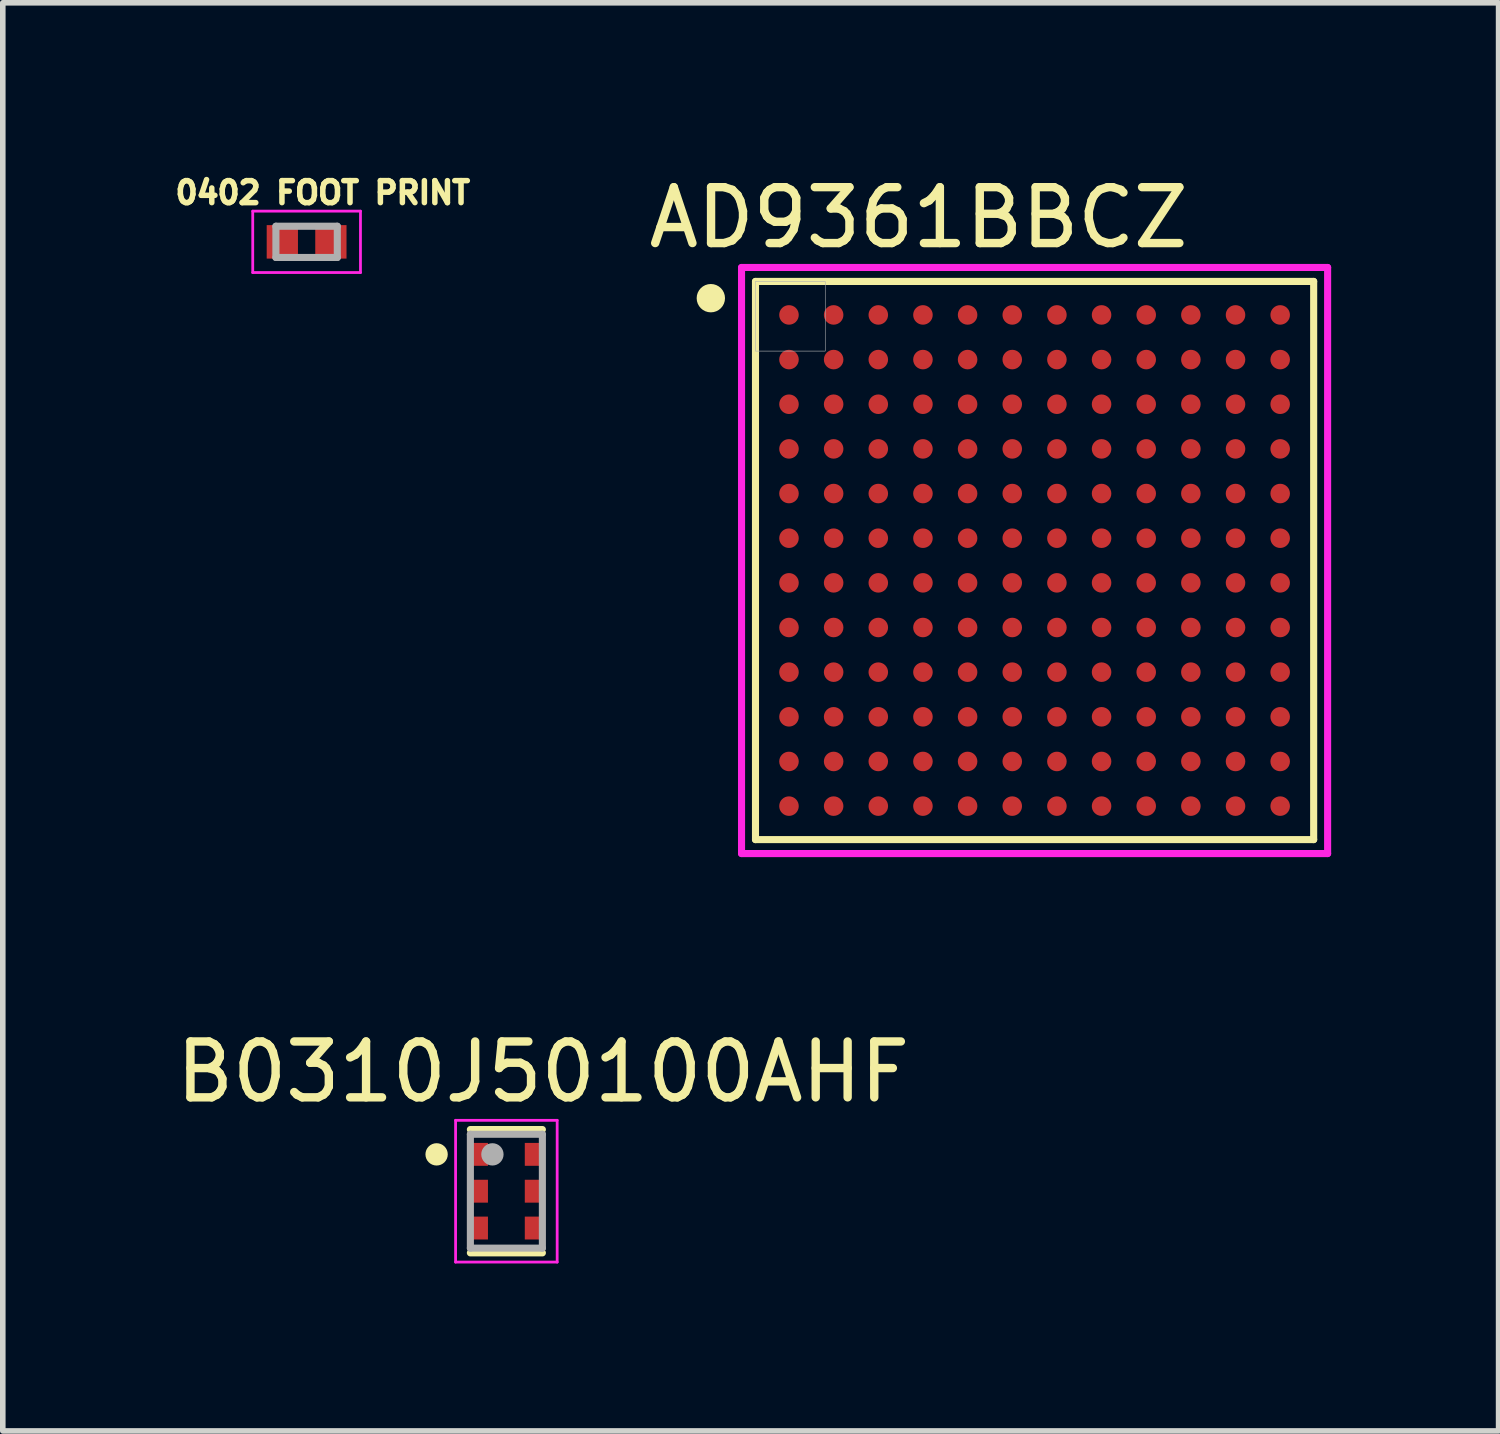
<source format=kicad_pcb>
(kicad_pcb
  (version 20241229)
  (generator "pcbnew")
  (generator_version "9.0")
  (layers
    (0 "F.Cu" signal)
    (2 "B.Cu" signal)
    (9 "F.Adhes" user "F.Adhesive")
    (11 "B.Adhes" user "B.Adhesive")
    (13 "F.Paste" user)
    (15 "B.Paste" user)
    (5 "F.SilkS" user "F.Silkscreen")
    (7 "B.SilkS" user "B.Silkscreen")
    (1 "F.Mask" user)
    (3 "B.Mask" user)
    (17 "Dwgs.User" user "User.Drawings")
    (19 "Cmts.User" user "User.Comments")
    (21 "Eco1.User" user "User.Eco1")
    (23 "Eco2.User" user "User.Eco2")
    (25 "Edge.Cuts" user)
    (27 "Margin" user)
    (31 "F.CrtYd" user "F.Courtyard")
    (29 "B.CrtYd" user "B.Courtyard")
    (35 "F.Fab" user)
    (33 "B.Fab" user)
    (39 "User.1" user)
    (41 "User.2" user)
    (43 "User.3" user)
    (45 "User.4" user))
  (footprint "B0310J50100AHF"
    (layer "F.Cu")
    (at 6.022 18.291)
    (property "Reference" "B0310J50100AHF" (at 0.656 -2.137 0) (layer "F.SilkS") (effects (font (size 1.001 1.001) (thickness 0.15))))
    (attr smd)
    (fp_line (start -0.645 -1.105) (end 0.645 -1.105) (stroke (width 0.127) (type solid)) (layer "F.SilkS"))
    (fp_line (start 0.645 1.105) (end -0.645 1.105) (stroke (width 0.127) (type solid)) (layer "F.SilkS"))
    (fp_circle (center -1.25 -0.66) (end -1.15 -0.66) (stroke (width 0.2) (type solid)) (fill no) (layer "F.SilkS"))
    (fp_line (start -0.91 -1.27) (end 0.91 -1.27) (stroke (width 0.05) (type solid)) (layer "F.CrtYd"))
    (fp_line (start -0.91 1.27) (end -0.91 -1.27) (stroke (width 0.05) (type solid)) (layer "F.CrtYd"))
    (fp_line (start 0.91 -1.27) (end 0.91 1.27) (stroke (width 0.05) (type solid)) (layer "F.CrtYd"))
    (fp_line (start 0.91 1.27) (end -0.91 1.27) (stroke (width 0.05) (type solid)) (layer "F.CrtYd"))
    (fp_line (start -0.645 -1.02) (end 0.645 -1.02) (stroke (width 0.127) (type solid)) (layer "F.Fab"))
    (fp_line (start -0.645 1.02) (end -0.645 -1.02) (stroke (width 0.127) (type solid)) (layer "F.Fab"))
    (fp_line (start 0.645 -1.02) (end 0.645 1.02) (stroke (width 0.127) (type solid)) (layer "F.Fab"))
    (fp_line (start 0.645 1.02) (end -0.645 1.02) (stroke (width 0.127) (type solid)) (layer "F.Fab"))
    (fp_circle (center -0.25 -0.66) (end -0.15 -0.66) (stroke (width 0.2) (type solid)) (fill no) (layer "F.Fab"))
    (pad "1" smd rect (at -0.495 -0.66) (size 0.33 0.41) (layers "F.Cu" "F.Mask" "F.Paste"))
    (pad "2" smd rect (at -0.495 0) (size 0.33 0.41) (layers "F.Cu" "F.Mask" "F.Paste"))
    (pad "3" smd rect (at -0.495 0.66) (size 0.33 0.41) (layers "F.Cu" "F.Mask" "F.Paste"))
    (pad "4" smd rect (at 0.495 0.66 180) (size 0.33 0.41) (layers "F.Cu" "F.Mask" "F.Paste"))
    (pad "5" smd rect (at 0.495 0 180) (size 0.33 0.41) (layers "F.Cu" "F.Mask" "F.Paste"))
    (pad "6" smd rect (at 0.495 -0.66 180) (size 0.33 0.41) (layers "F.Cu" "F.Mask" "F.Paste")))
  (footprint "AD9361BBCZ"
    (layer "F.Cu")
    (at 15.485 6.992)
    (property "Reference" "AD9361BBCZ" (at -2.078 -6.143 0) (layer "F.SilkS") (effects (font (size 1.001 1.001) (thickness 0.15))))
    (attr smd)
    (fp_line (start -5 -5) (end 5 -5) (stroke (width 0.127) (type solid)) (layer "F.SilkS"))
    (fp_line (start -5 5) (end -5 -5) (stroke (width 0.127) (type solid)) (layer "F.SilkS"))
    (fp_line (start 5 -5) (end 5 5) (stroke (width 0.127) (type solid)) (layer "F.SilkS"))
    (fp_line (start 5 5) (end -5 5) (stroke (width 0.127) (type solid)) (layer "F.SilkS"))
    (fp_circle (center -5.8 -4.7) (end -5.546 -4.7) (stroke (width 0) (type solid)) (fill yes) (layer "F.SilkS"))
    (fp_line (start -5.25 -5.25) (end 5.25 -5.25) (stroke (width 0.127) (type solid)) (layer "F.CrtYd"))
    (fp_line (start -5.25 5.25) (end -5.25 -5.25) (stroke (width 0.127) (type solid)) (layer "F.CrtYd"))
    (fp_line (start 5.25 -5.25) (end 5.25 5.25) (stroke (width 0.127) (type solid)) (layer "F.CrtYd"))
    (fp_line (start 5.25 5.25) (end -5.25 5.25) (stroke (width 0.127) (type solid)) (layer "F.CrtYd"))
    (fp_poly (pts (xy -5.002 -5) (xy -3.75 -5) (xy -3.75 -3.752) (xy -5.002 -3.752)) (stroke (width 0.01) (type solid)) (fill no) (layer "F.Fab"))
    (pad "A1" smd circle (at -4.4 -4.4) (size 0.35 0.35) (layers "F.Cu" "F.Mask" "F.Paste"))
    (pad "A2" smd circle (at -3.6 -4.4) (size 0.35 0.35) (layers "F.Cu" "F.Mask" "F.Paste"))
    (pad "A3" smd circle (at -2.8 -4.4) (size 0.35 0.35) (layers "F.Cu" "F.Mask" "F.Paste"))
    (pad "A4" smd circle (at -2 -4.4) (size 0.35 0.35) (layers "F.Cu" "F.Mask" "F.Paste"))
    (pad "A5" smd circle (at -1.2 -4.4) (size 0.35 0.35) (layers "F.Cu" "F.Mask" "F.Paste"))
    (pad "A6" smd circle (at -0.4 -4.4) (size 0.35 0.35) (layers "F.Cu" "F.Mask" "F.Paste"))
    (pad "A7" smd circle (at 0.4 -4.4) (size 0.35 0.35) (layers "F.Cu" "F.Mask" "F.Paste"))
    (pad "A8" smd circle (at 1.2 -4.4) (size 0.35 0.35) (layers "F.Cu" "F.Mask" "F.Paste"))
    (pad "A9" smd circle (at 2 -4.4) (size 0.35 0.35) (layers "F.Cu" "F.Mask" "F.Paste"))
    (pad "A10" smd circle (at 2.8 -4.4) (size 0.35 0.35) (layers "F.Cu" "F.Mask" "F.Paste"))
    (pad "A11" smd circle (at 3.6 -4.4) (size 0.35 0.35) (layers "F.Cu" "F.Mask" "F.Paste"))
    (pad "A12" smd circle (at 4.4 -4.4) (size 0.35 0.35) (layers "F.Cu" "F.Mask" "F.Paste"))
    (pad "B1" smd circle (at -4.4 -3.6) (size 0.35 0.35) (layers "F.Cu" "F.Mask" "F.Paste"))
    (pad "B2" smd circle (at -3.6 -3.6) (size 0.35 0.35) (layers "F.Cu" "F.Mask" "F.Paste"))
    (pad "B3" smd circle (at -2.8 -3.6) (size 0.35 0.35) (layers "F.Cu" "F.Mask" "F.Paste"))
    (pad "B4" smd circle (at -2 -3.6) (size 0.35 0.35) (layers "F.Cu" "F.Mask" "F.Paste"))
    (pad "B5" smd circle (at -1.2 -3.6) (size 0.35 0.35) (layers "F.Cu" "F.Mask" "F.Paste"))
    (pad "B6" smd circle (at -0.4 -3.6) (size 0.35 0.35) (layers "F.Cu" "F.Mask" "F.Paste"))
    (pad "B7" smd circle (at 0.4 -3.6) (size 0.35 0.35) (layers "F.Cu" "F.Mask" "F.Paste"))
    (pad "B8" smd circle (at 1.2 -3.6) (size 0.35 0.35) (layers "F.Cu" "F.Mask" "F.Paste"))
    (pad "B9" smd circle (at 2 -3.6) (size 0.35 0.35) (layers "F.Cu" "F.Mask" "F.Paste"))
    (pad "B10" smd circle (at 2.8 -3.6) (size 0.35 0.35) (layers "F.Cu" "F.Mask" "F.Paste"))
    (pad "B11" smd circle (at 3.6 -3.6) (size 0.35 0.35) (layers "F.Cu" "F.Mask" "F.Paste"))
    (pad "B12" smd circle (at 4.4 -3.6) (size 0.35 0.35) (layers "F.Cu" "F.Mask" "F.Paste"))
    (pad "C1" smd circle (at -4.4 -2.8) (size 0.35 0.35) (layers "F.Cu" "F.Mask" "F.Paste"))
    (pad "C2" smd circle (at -3.6 -2.8) (size 0.35 0.35) (layers "F.Cu" "F.Mask" "F.Paste"))
    (pad "C3" smd circle (at -2.8 -2.8) (size 0.35 0.35) (layers "F.Cu" "F.Mask" "F.Paste"))
    (pad "C4" smd circle (at -2 -2.8) (size 0.35 0.35) (layers "F.Cu" "F.Mask" "F.Paste"))
    (pad "C5" smd circle (at -1.2 -2.8) (size 0.35 0.35) (layers "F.Cu" "F.Mask" "F.Paste"))
    (pad "C6" smd circle (at -0.4 -2.8) (size 0.35 0.35) (layers "F.Cu" "F.Mask" "F.Paste"))
    (pad "C7" smd circle (at 0.4 -2.8) (size 0.35 0.35) (layers "F.Cu" "F.Mask" "F.Paste"))
    (pad "C8" smd circle (at 1.2 -2.8) (size 0.35 0.35) (layers "F.Cu" "F.Mask" "F.Paste"))
    (pad "C9" smd circle (at 2 -2.8) (size 0.35 0.35) (layers "F.Cu" "F.Mask" "F.Paste"))
    (pad "C10" smd circle (at 2.8 -2.8) (size 0.35 0.35) (layers "F.Cu" "F.Mask" "F.Paste"))
    (pad "C11" smd circle (at 3.6 -2.8) (size 0.35 0.35) (layers "F.Cu" "F.Mask" "F.Paste"))
    (pad "C12" smd circle (at 4.4 -2.8) (size 0.35 0.35) (layers "F.Cu" "F.Mask" "F.Paste"))
    (pad "D1" smd circle (at -4.4 -2) (size 0.35 0.35) (layers "F.Cu" "F.Mask" "F.Paste"))
    (pad "D2" smd circle (at -3.6 -2) (size 0.35 0.35) (layers "F.Cu" "F.Mask" "F.Paste"))
    (pad "D3" smd circle (at -2.8 -2) (size 0.35 0.35) (layers "F.Cu" "F.Mask" "F.Paste"))
    (pad "D4" smd circle (at -2 -2) (size 0.35 0.35) (layers "F.Cu" "F.Mask" "F.Paste"))
    (pad "D5" smd circle (at -1.2 -2) (size 0.35 0.35) (layers "F.Cu" "F.Mask" "F.Paste"))
    (pad "D6" smd circle (at -0.4 -2) (size 0.35 0.35) (layers "F.Cu" "F.Mask" "F.Paste"))
    (pad "D7" smd circle (at 0.4 -2) (size 0.35 0.35) (layers "F.Cu" "F.Mask" "F.Paste"))
    (pad "D8" smd circle (at 1.2 -2) (size 0.35 0.35) (layers "F.Cu" "F.Mask" "F.Paste"))
    (pad "D9" smd circle (at 2 -2) (size 0.35 0.35) (layers "F.Cu" "F.Mask" "F.Paste"))
    (pad "D10" smd circle (at 2.8 -2) (size 0.35 0.35) (layers "F.Cu" "F.Mask" "F.Paste"))
    (pad "D11" smd circle (at 3.6 -2) (size 0.35 0.35) (layers "F.Cu" "F.Mask" "F.Paste"))
    (pad "D12" smd circle (at 4.4 -2) (size 0.35 0.35) (layers "F.Cu" "F.Mask" "F.Paste"))
    (pad "E1" smd circle (at -4.4 -1.2) (size 0.35 0.35) (layers "F.Cu" "F.Mask" "F.Paste"))
    (pad "E2" smd circle (at -3.6 -1.2) (size 0.35 0.35) (layers "F.Cu" "F.Mask" "F.Paste"))
    (pad "E3" smd circle (at -2.8 -1.2) (size 0.35 0.35) (layers "F.Cu" "F.Mask" "F.Paste"))
    (pad "E4" smd circle (at -2 -1.2) (size 0.35 0.35) (layers "F.Cu" "F.Mask" "F.Paste"))
    (pad "E5" smd circle (at -1.2 -1.2) (size 0.35 0.35) (layers "F.Cu" "F.Mask" "F.Paste"))
    (pad "E6" smd circle (at -0.4 -1.2) (size 0.35 0.35) (layers "F.Cu" "F.Mask" "F.Paste"))
    (pad "E7" smd circle (at 0.4 -1.2) (size 0.35 0.35) (layers "F.Cu" "F.Mask" "F.Paste"))
    (pad "E8" smd circle (at 1.2 -1.2) (size 0.35 0.35) (layers "F.Cu" "F.Mask" "F.Paste"))
    (pad "E9" smd circle (at 2 -1.2) (size 0.35 0.35) (layers "F.Cu" "F.Mask" "F.Paste"))
    (pad "E10" smd circle (at 2.8 -1.2) (size 0.35 0.35) (layers "F.Cu" "F.Mask" "F.Paste"))
    (pad "E11" smd circle (at 3.6 -1.2) (size 0.35 0.35) (layers "F.Cu" "F.Mask" "F.Paste"))
    (pad "E12" smd circle (at 4.4 -1.2) (size 0.35 0.35) (layers "F.Cu" "F.Mask" "F.Paste"))
    (pad "F1" smd circle (at -4.4 -0.4) (size 0.35 0.35) (layers "F.Cu" "F.Mask" "F.Paste"))
    (pad "F2" smd circle (at -3.6 -0.4) (size 0.35 0.35) (layers "F.Cu" "F.Mask" "F.Paste"))
    (pad "F3" smd circle (at -2.8 -0.4) (size 0.35 0.35) (layers "F.Cu" "F.Mask" "F.Paste"))
    (pad "F4" smd circle (at -2 -0.4) (size 0.35 0.35) (layers "F.Cu" "F.Mask" "F.Paste"))
    (pad "F5" smd circle (at -1.2 -0.4) (size 0.35 0.35) (layers "F.Cu" "F.Mask" "F.Paste"))
    (pad "F6" smd circle (at -0.4 -0.4) (size 0.35 0.35) (layers "F.Cu" "F.Mask" "F.Paste"))
    (pad "F7" smd circle (at 0.4 -0.4) (size 0.35 0.35) (layers "F.Cu" "F.Mask" "F.Paste"))
    (pad "F8" smd circle (at 1.2 -0.4) (size 0.35 0.35) (layers "F.Cu" "F.Mask" "F.Paste"))
    (pad "F9" smd circle (at 2 -0.4) (size 0.35 0.35) (layers "F.Cu" "F.Mask" "F.Paste"))
    (pad "F10" smd circle (at 2.8 -0.4) (size 0.35 0.35) (layers "F.Cu" "F.Mask" "F.Paste"))
    (pad "F11" smd circle (at 3.6 -0.4) (size 0.35 0.35) (layers "F.Cu" "F.Mask" "F.Paste"))
    (pad "F12" smd circle (at 4.4 -0.4) (size 0.35 0.35) (layers "F.Cu" "F.Mask" "F.Paste"))
    (pad "G1" smd circle (at -4.4 0.4) (size 0.35 0.35) (layers "F.Cu" "F.Mask" "F.Paste"))
    (pad "G2" smd circle (at -3.6 0.4) (size 0.35 0.35) (layers "F.Cu" "F.Mask" "F.Paste"))
    (pad "G3" smd circle (at -2.8 0.4) (size 0.35 0.35) (layers "F.Cu" "F.Mask" "F.Paste"))
    (pad "G4" smd circle (at -2 0.4) (size 0.35 0.35) (layers "F.Cu" "F.Mask" "F.Paste"))
    (pad "G5" smd circle (at -1.2 0.4) (size 0.35 0.35) (layers "F.Cu" "F.Mask" "F.Paste"))
    (pad "G6" smd circle (at -0.4 0.4) (size 0.35 0.35) (layers "F.Cu" "F.Mask" "F.Paste"))
    (pad "G7" smd circle (at 0.4 0.4) (size 0.35 0.35) (layers "F.Cu" "F.Mask" "F.Paste"))
    (pad "G8" smd circle (at 1.2 0.4) (size 0.35 0.35) (layers "F.Cu" "F.Mask" "F.Paste"))
    (pad "G9" smd circle (at 2 0.4) (size 0.35 0.35) (layers "F.Cu" "F.Mask" "F.Paste"))
    (pad "G10" smd circle (at 2.8 0.4) (size 0.35 0.35) (layers "F.Cu" "F.Mask" "F.Paste"))
    (pad "G11" smd circle (at 3.6 0.4) (size 0.35 0.35) (layers "F.Cu" "F.Mask" "F.Paste"))
    (pad "G12" smd circle (at 4.4 0.4) (size 0.35 0.35) (layers "F.Cu" "F.Mask" "F.Paste"))
    (pad "H1" smd circle (at -4.4 1.2) (size 0.35 0.35) (layers "F.Cu" "F.Mask" "F.Paste"))
    (pad "H2" smd circle (at -3.6 1.2) (size 0.35 0.35) (layers "F.Cu" "F.Mask" "F.Paste"))
    (pad "H3" smd circle (at -2.8 1.2) (size 0.35 0.35) (layers "F.Cu" "F.Mask" "F.Paste"))
    (pad "H4" smd circle (at -2 1.2) (size 0.35 0.35) (layers "F.Cu" "F.Mask" "F.Paste"))
    (pad "H5" smd circle (at -1.2 1.2) (size 0.35 0.35) (layers "F.Cu" "F.Mask" "F.Paste"))
    (pad "H6" smd circle (at -0.4 1.2) (size 0.35 0.35) (layers "F.Cu" "F.Mask" "F.Paste"))
    (pad "H7" smd circle (at 0.4 1.2) (size 0.35 0.35) (layers "F.Cu" "F.Mask" "F.Paste"))
    (pad "H8" smd circle (at 1.2 1.2) (size 0.35 0.35) (layers "F.Cu" "F.Mask" "F.Paste"))
    (pad "H9" smd circle (at 2 1.2) (size 0.35 0.35) (layers "F.Cu" "F.Mask" "F.Paste"))
    (pad "H10" smd circle (at 2.8 1.2) (size 0.35 0.35) (layers "F.Cu" "F.Mask" "F.Paste"))
    (pad "H11" smd circle (at 3.6 1.2) (size 0.35 0.35) (layers "F.Cu" "F.Mask" "F.Paste"))
    (pad "H12" smd circle (at 4.4 1.2) (size 0.35 0.35) (layers "F.Cu" "F.Mask" "F.Paste"))
    (pad "J1" smd circle (at -4.4 2) (size 0.35 0.35) (layers "F.Cu" "F.Mask" "F.Paste"))
    (pad "J2" smd circle (at -3.6 2) (size 0.35 0.35) (layers "F.Cu" "F.Mask" "F.Paste"))
    (pad "J3" smd circle (at -2.8 2) (size 0.35 0.35) (layers "F.Cu" "F.Mask" "F.Paste"))
    (pad "J4" smd circle (at -2 2) (size 0.35 0.35) (layers "F.Cu" "F.Mask" "F.Paste"))
    (pad "J5" smd circle (at -1.2 2) (size 0.35 0.35) (layers "F.Cu" "F.Mask" "F.Paste"))
    (pad "J6" smd circle (at -0.4 2) (size 0.35 0.35) (layers "F.Cu" "F.Mask" "F.Paste"))
    (pad "J7" smd circle (at 0.4 2) (size 0.35 0.35) (layers "F.Cu" "F.Mask" "F.Paste"))
    (pad "J8" smd circle (at 1.2 2) (size 0.35 0.35) (layers "F.Cu" "F.Mask" "F.Paste"))
    (pad "J9" smd circle (at 2 2) (size 0.35 0.35) (layers "F.Cu" "F.Mask" "F.Paste"))
    (pad "J10" smd circle (at 2.8 2) (size 0.35 0.35) (layers "F.Cu" "F.Mask" "F.Paste"))
    (pad "J11" smd circle (at 3.6 2) (size 0.35 0.35) (layers "F.Cu" "F.Mask" "F.Paste"))
    (pad "J12" smd circle (at 4.4 2) (size 0.35 0.35) (layers "F.Cu" "F.Mask" "F.Paste"))
    (pad "K1" smd circle (at -4.4 2.8) (size 0.35 0.35) (layers "F.Cu" "F.Mask" "F.Paste"))
    (pad "K2" smd circle (at -3.6 2.8) (size 0.35 0.35) (layers "F.Cu" "F.Mask" "F.Paste"))
    (pad "K3" smd circle (at -2.8 2.8) (size 0.35 0.35) (layers "F.Cu" "F.Mask" "F.Paste"))
    (pad "K4" smd circle (at -2 2.8) (size 0.35 0.35) (layers "F.Cu" "F.Mask" "F.Paste"))
    (pad "K5" smd circle (at -1.2 2.8) (size 0.35 0.35) (layers "F.Cu" "F.Mask" "F.Paste"))
    (pad "K6" smd circle (at -0.4 2.8) (size 0.35 0.35) (layers "F.Cu" "F.Mask" "F.Paste"))
    (pad "K7" smd circle (at 0.4 2.8) (size 0.35 0.35) (layers "F.Cu" "F.Mask" "F.Paste"))
    (pad "K8" smd circle (at 1.2 2.8) (size 0.35 0.35) (layers "F.Cu" "F.Mask" "F.Paste"))
    (pad "K9" smd circle (at 2 2.8) (size 0.35 0.35) (layers "F.Cu" "F.Mask" "F.Paste"))
    (pad "K10" smd circle (at 2.8 2.8) (size 0.35 0.35) (layers "F.Cu" "F.Mask" "F.Paste"))
    (pad "K11" smd circle (at 3.6 2.8) (size 0.35 0.35) (layers "F.Cu" "F.Mask" "F.Paste"))
    (pad "K12" smd circle (at 4.4 2.8) (size 0.35 0.35) (layers "F.Cu" "F.Mask" "F.Paste"))
    (pad "L1" smd circle (at -4.4 3.6) (size 0.35 0.35) (layers "F.Cu" "F.Mask" "F.Paste"))
    (pad "L2" smd circle (at -3.6 3.6) (size 0.35 0.35) (layers "F.Cu" "F.Mask" "F.Paste"))
    (pad "L3" smd circle (at -2.8 3.6) (size 0.35 0.35) (layers "F.Cu" "F.Mask" "F.Paste"))
    (pad "L4" smd circle (at -2 3.6) (size 0.35 0.35) (layers "F.Cu" "F.Mask" "F.Paste"))
    (pad "L5" smd circle (at -1.2 3.6) (size 0.35 0.35) (layers "F.Cu" "F.Mask" "F.Paste"))
    (pad "L6" smd circle (at -0.4 3.6) (size 0.35 0.35) (layers "F.Cu" "F.Mask" "F.Paste"))
    (pad "L7" smd circle (at 0.4 3.6) (size 0.35 0.35) (layers "F.Cu" "F.Mask" "F.Paste"))
    (pad "L8" smd circle (at 1.2 3.6) (size 0.35 0.35) (layers "F.Cu" "F.Mask" "F.Paste"))
    (pad "L9" smd circle (at 2 3.6) (size 0.35 0.35) (layers "F.Cu" "F.Mask" "F.Paste"))
    (pad "L10" smd circle (at 2.8 3.6) (size 0.35 0.35) (layers "F.Cu" "F.Mask" "F.Paste"))
    (pad "L11" smd circle (at 3.6 3.6) (size 0.35 0.35) (layers "F.Cu" "F.Mask" "F.Paste"))
    (pad "L12" smd circle (at 4.4 3.6) (size 0.35 0.35) (layers "F.Cu" "F.Mask" "F.Paste"))
    (pad "M1" smd circle (at -4.4 4.4) (size 0.35 0.35) (layers "F.Cu" "F.Mask" "F.Paste"))
    (pad "M2" smd circle (at -3.6 4.4) (size 0.35 0.35) (layers "F.Cu" "F.Mask" "F.Paste"))
    (pad "M3" smd circle (at -2.8 4.4) (size 0.35 0.35) (layers "F.Cu" "F.Mask" "F.Paste"))
    (pad "M4" smd circle (at -2 4.4) (size 0.35 0.35) (layers "F.Cu" "F.Mask" "F.Paste"))
    (pad "M5" smd circle (at -1.2 4.4) (size 0.35 0.35) (layers "F.Cu" "F.Mask" "F.Paste"))
    (pad "M6" smd circle (at -0.4 4.4) (size 0.35 0.35) (layers "F.Cu" "F.Mask" "F.Paste"))
    (pad "M7" smd circle (at 0.4 4.4) (size 0.35 0.35) (layers "F.Cu" "F.Mask" "F.Paste"))
    (pad "M8" smd circle (at 1.2 4.4) (size 0.35 0.35) (layers "F.Cu" "F.Mask" "F.Paste"))
    (pad "M9" smd circle (at 2 4.4) (size 0.35 0.35) (layers "F.Cu" "F.Mask" "F.Paste"))
    (pad "M10" smd circle (at 2.8 4.4) (size 0.35 0.35) (layers "F.Cu" "F.Mask" "F.Paste"))
    (pad "M11" smd circle (at 3.6 4.4) (size 0.35 0.35) (layers "F.Cu" "F.Mask" "F.Paste"))
    (pad "M12" smd circle (at 4.4 4.4) (size 0.35 0.35) (layers "F.Cu" "F.Mask" "F.Paste")))
  (footprint "0402 FOOT PRINT"
    (layer "F.Cu")
    (at 2.443 1.283)
    (property "Reference" "0402 FOOT PRINT" (at 0.29 -0.88 0) (layer "F.SilkS") (effects (font (size 0.394 0.394) (thickness 0.15))))
    (attr smd)
    (fp_line (start -0.965 -0.55) (end 0.965 -0.55) (stroke (width 0.05) (type solid)) (layer "F.CrtYd"))
    (fp_line (start -0.965 0.55) (end -0.965 -0.55) (stroke (width 0.05) (type solid)) (layer "F.CrtYd"))
    (fp_line (start -0.965 0.55) (end 0.965 0.55) (stroke (width 0.05) (type solid)) (layer "F.CrtYd"))
    (fp_line (start 0.965 0.55) (end 0.965 -0.55) (stroke (width 0.05) (type solid)) (layer "F.CrtYd"))
    (fp_line (start -0.55 0.28) (end -0.55 -0.28) (stroke (width 0.127) (type solid)) (layer "F.Fab"))
    (fp_line (start 0.55 -0.28) (end -0.55 -0.28) (stroke (width 0.127) (type solid)) (layer "F.Fab"))
    (fp_line (start 0.55 0.28) (end -0.55 0.28) (stroke (width 0.127) (type solid)) (layer "F.Fab"))
    (fp_line (start 0.55 0.28) (end 0.55 -0.28) (stroke (width 0.127) (type solid)) (layer "F.Fab"))
    (pad "1" smd rect (at -0.435 0) (size 0.56 0.6) (layers "F.Cu" "F.Mask" "F.Paste"))
    (pad "2" smd rect (at 0.435 0) (size 0.56 0.6) (layers "F.Cu" "F.Mask" "F.Paste")))
  (gr_rect
    (start -3 -3)
    (end 23.798 22.586)
    (stroke (width 0.1) (type default))
    (fill no)
    (layer "Edge.Cuts")))
</source>
